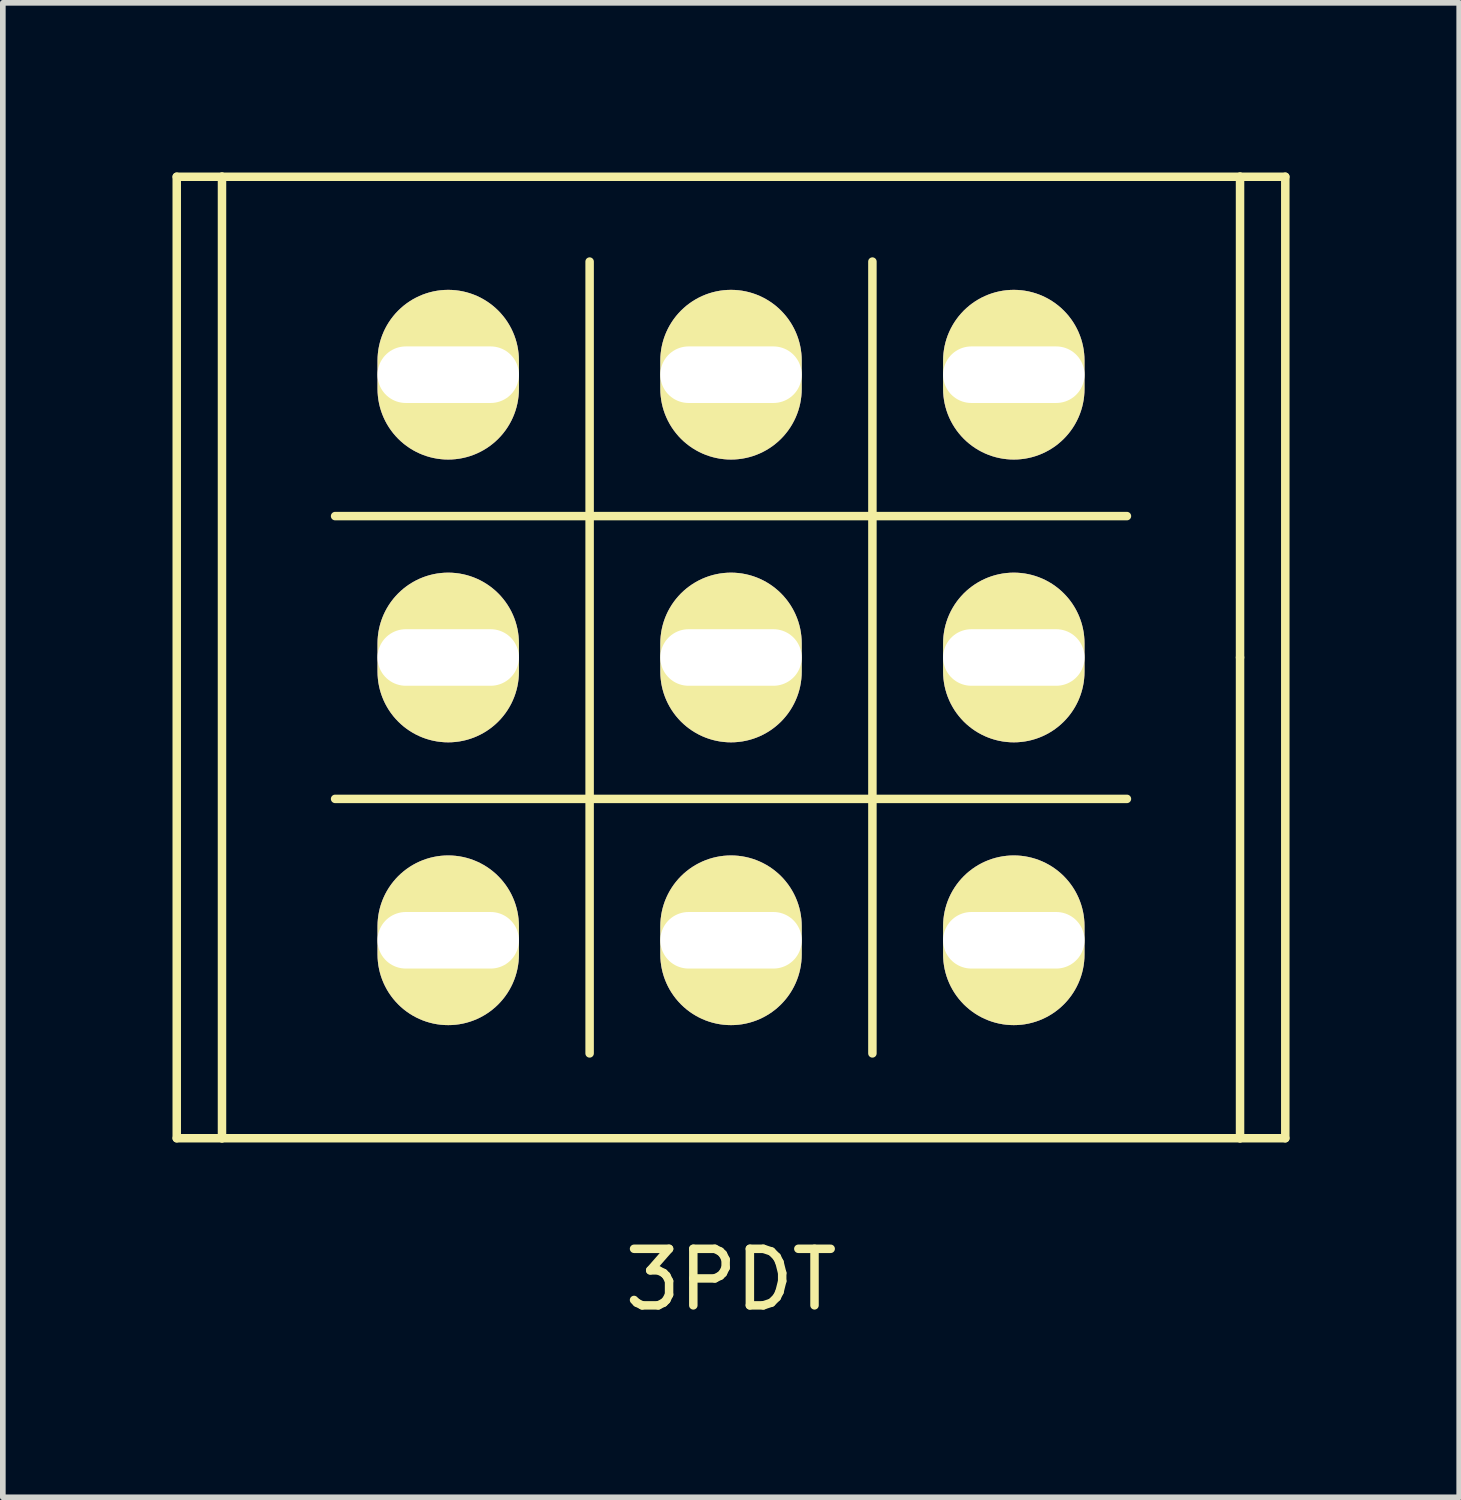
<source format=kicad_pcb>
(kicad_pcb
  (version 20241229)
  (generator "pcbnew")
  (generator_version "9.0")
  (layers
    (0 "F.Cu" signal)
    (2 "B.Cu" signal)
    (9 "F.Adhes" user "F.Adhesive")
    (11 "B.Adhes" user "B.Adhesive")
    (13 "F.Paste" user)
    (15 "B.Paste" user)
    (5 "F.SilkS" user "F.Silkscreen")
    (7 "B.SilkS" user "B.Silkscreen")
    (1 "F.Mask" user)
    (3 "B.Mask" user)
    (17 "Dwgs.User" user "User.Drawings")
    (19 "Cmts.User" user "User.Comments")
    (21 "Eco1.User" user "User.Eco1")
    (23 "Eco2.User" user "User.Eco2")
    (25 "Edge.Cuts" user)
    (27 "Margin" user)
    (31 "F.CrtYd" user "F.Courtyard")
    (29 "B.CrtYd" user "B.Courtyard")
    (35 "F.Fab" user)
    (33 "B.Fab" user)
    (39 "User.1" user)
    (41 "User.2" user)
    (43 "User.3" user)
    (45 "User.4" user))
  (footprint "3PDT"
    (layer "F.Cu")
    (at 9.875 8.575)
    (property "Reference" "3PDT" (at 0 11 0) (layer "F.SilkS") (effects (font (size 1 1) (thickness 0.15))))
    (attr through_hole)
    (fp_line (start -9.8 -8.5) (end -9 -8.5) (stroke (width 0.15) (type solid)) (layer "F.SilkS"))
    (fp_line (start -9.8 8.5) (end -9.8 -8.5) (stroke (width 0.15) (type solid)) (layer "F.SilkS"))
    (fp_line (start -9 -8.5) (end 9 -8.5) (stroke (width 0.15) (type solid)) (layer "F.SilkS"))
    (fp_line (start -9 8.5) (end -9.8 8.5) (stroke (width 0.15) (type solid)) (layer "F.SilkS"))
    (fp_line (start -9 8.5) (end -9 -8.5) (stroke (width 0.15) (type solid)) (layer "F.SilkS"))
    (fp_line (start -9 8.5) (end 9 8.5) (stroke (width 0.15) (type solid)) (layer "F.SilkS"))
    (fp_line (start -7 -2.5) (end 7 -2.5) (stroke (width 0.15) (type solid)) (layer "F.SilkS"))
    (fp_line (start -2.5 -7) (end -2.5 7) (stroke (width 0.15) (type solid)) (layer "F.SilkS"))
    (fp_line (start 2.5 7) (end 2.5 -7) (stroke (width 0.15) (type solid)) (layer "F.SilkS"))
    (fp_line (start 7 2.5) (end -7 2.5) (stroke (width 0.15) (type solid)) (layer "F.SilkS"))
    (fp_line (start 9 -8.5) (end 9 0) (stroke (width 0.15) (type solid)) (layer "F.SilkS"))
    (fp_line (start 9 8.5) (end 9 0) (stroke (width 0.15) (type solid)) (layer "F.SilkS"))
    (fp_line (start 9.8 -8.5) (end 9 -8.5) (stroke (width 0.15) (type solid)) (layer "F.SilkS"))
    (fp_line (start 9.8 8.5) (end 9 8.5) (stroke (width 0.15) (type solid)) (layer "F.SilkS"))
    (fp_line (start 9.8 8.5) (end 9.8 -8.5) (stroke (width 0.15) (type solid)) (layer "F.SilkS"))
    (pad "1" thru_hole oval (at -5 -5) (size 2.5 3) (drill oval 2.5 1) (layers "*.Cu" "*.Mask" "F.SilkS"))
    (pad "2" thru_hole oval (at 0 -5) (size 2.5 3) (drill oval 2.5 1) (layers "*.Cu" "*.Mask" "F.SilkS"))
    (pad "3" thru_hole oval (at 5 -5) (size 2.5 3) (drill oval 2.5 1) (layers "*.Cu" "*.Mask" "F.SilkS"))
    (pad "4" thru_hole oval (at -5 0) (size 2.5 3) (drill oval 2.5 1) (layers "*.Cu" "*.Mask" "F.SilkS"))
    (pad "5" thru_hole oval (at 0 0) (size 2.5 3) (drill oval 2.5 1) (layers "*.Cu" "*.Mask" "F.SilkS"))
    (pad "6" thru_hole oval (at 5 0) (size 2.5 3) (drill oval 2.5 1) (layers "*.Cu" "*.Mask" "F.SilkS"))
    (pad "7" thru_hole oval (at -5 5) (size 2.5 3) (drill oval 2.5 1) (layers "*.Cu" "*.Mask" "F.SilkS"))
    (pad "8" thru_hole oval (at 0 5) (size 2.5 3) (drill oval 2.5 1) (layers "*.Cu" "*.Mask" "F.SilkS"))
    (pad "9" thru_hole oval (at 5 5) (size 2.5 3) (drill oval 2.5 1) (layers "*.Cu" "*.Mask" "F.SilkS")))
  (gr_rect
    (start -3 -3)
    (end 22.75 23.423)
    (stroke (width 0.1) (type default))
    (fill no)
    (layer "Edge.Cuts")))
</source>
